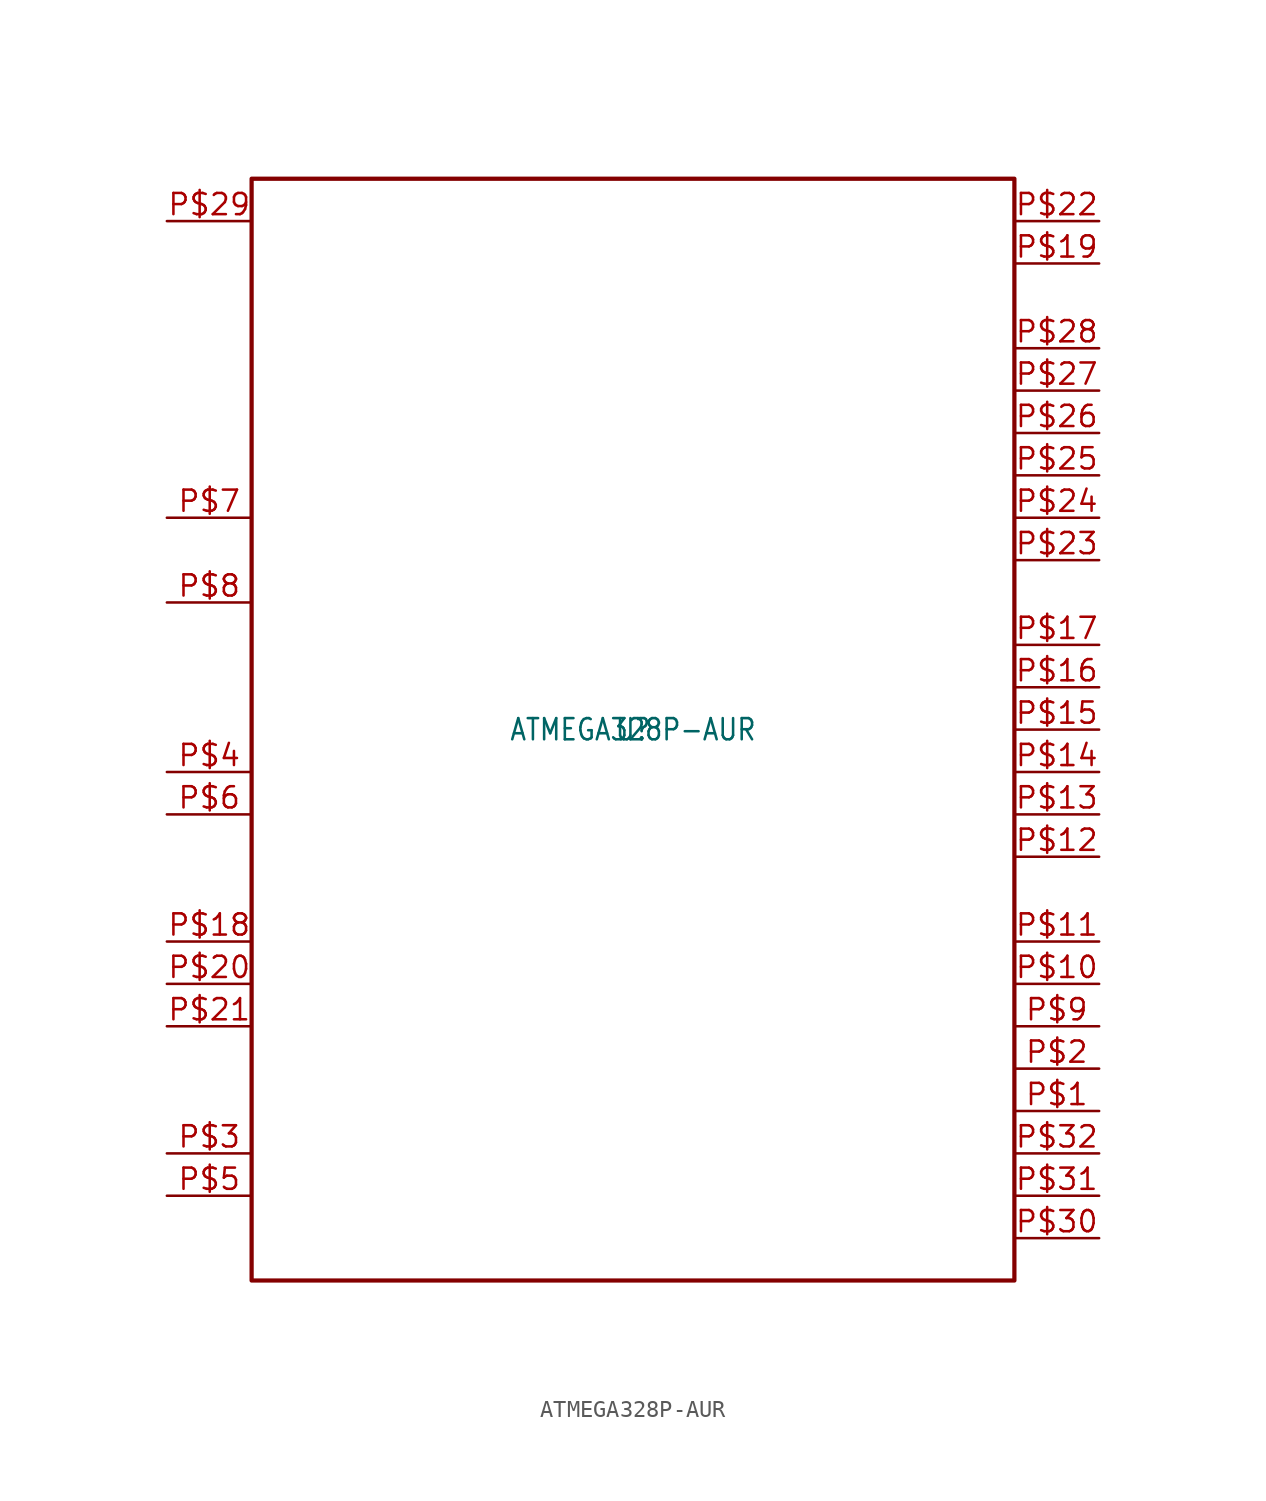
<source format=kicad_sym>
(kicad_symbol_lib
  (version 20211014)
  (generator kicad_symbol_editor)
  (symbol "ATMEGA328P-AUR"
    (pin_names
      (offset 1.016) hide)
    (property "Reference" "U"
      (at 0 0 0)
      (effects (font (size 1.27 1.086))))
    (property "Value" "ATMEGA328P-AUR"
      (at 0 0 0)
      (effects (font (size 1.27 1.086))))
    (symbol "ATMEGA328P-AUR_0_0")
    (symbol "ATMEGA328P-AUR_0_1"
      (polyline (pts (xy -22.86 33.02) (xy 22.86 33.02) (xy 22.86 -33.02) (xy -22.86 -33.02) (xy -22.86 33.02)) (stroke (width 0.254) (type default) (color 0 0 0 0))))
    (symbol "ATMEGA328P-AUR_1_1"
      (pin bidirectional line (at 27.94 5.08 180) (length 5.08) (name "(SCK)PB5" (effects (font (size 1.27 1.086)))) (number "P$17" (effects (font (size 1.27 1.086)))))
      (pin bidirectional line (at -27.94 7.62 0) (length 5.08) (name "PB7(XTAL2)" (effects (font (size 1.27 1.086)))) (number "P$8" (effects (font (size 1.27 1.086)))))
      (pin bidirectional line (at -27.94 12.7 0) (length 5.08) (name "PB6(XTAL1)" (effects (font (size 1.27 1.086)))) (number "P$7" (effects (font (size 1.27 1.086)))))
      (pin power_in line (at -27.94 -25.4 0) (length 5.08) (name "GND@P3" (effects (font (size 1.27 1.086)))) (number "P$3" (effects (font (size 1.27 1.086)))))
      (pin power_in line (at -27.94 -2.54 0) (length 5.08) (name "VCC@P4" (effects (font (size 1.27 1.086)))) (number "P$4" (effects (font (size 1.27 1.086)))))
      (pin power_in line (at -27.94 -15.24 0) (length 5.08) (name "AREF" (effects (font (size 1.27 1.086)))) (number "P$20" (effects (font (size 1.27 1.086)))))
      (pin power_in line (at -27.94 -12.7 0) (length 5.08) (name "AVCC" (effects (font (size 1.27 1.086)))) (number "P$18" (effects (font (size 1.27 1.086)))))
      (pin bidirectional line (at 27.94 2.54 180) (length 5.08) (name "(MISO)PB4" (effects (font (size 1.27 1.086)))) (number "P$16" (effects (font (size 1.27 1.086)))))
      (pin bidirectional line (at 27.94 0 180) (length 5.08) (name "(OC2A/MOSI)PB3" (effects (font (size 1.27 1.086)))) (number "P$15" (effects (font (size 1.27 1.086)))))
      (pin bidirectional line (at 27.94 -2.54 180) (length 5.08) (name "(OC1B/SS)PB2" (effects (font (size 1.27 1.086)))) (number "P$14" (effects (font (size 1.27 1.086)))))
      (pin bidirectional line (at 27.94 -5.08 180) (length 5.08) (name "(OC1A)PB1" (effects (font (size 1.27 1.086)))) (number "P$13" (effects (font (size 1.27 1.086)))))
      (pin bidirectional line (at 27.94 -7.62 180) (length 5.08) (name "(ICP1/CLKO)PB0" (effects (font (size 1.27 1.086)))) (number "P$12" (effects (font (size 1.27 1.086)))))
      (pin bidirectional line (at 27.94 -12.7 180) (length 5.08) (name "(AIN1)PD7" (effects (font (size 1.27 1.086)))) (number "P$11" (effects (font (size 1.27 1.086)))))
      (pin bidirectional line (at 27.94 -15.24 180) (length 5.08) (name "(OC0A/AIN0)PD6" (effects (font (size 1.27 1.086)))) (number "P$10" (effects (font (size 1.27 1.086)))))
      (pin bidirectional line (at 27.94 -17.78 180) (length 5.08) (name "(OC0B/T1)PD5" (effects (font (size 1.27 1.086)))) (number "P$9" (effects (font (size 1.27 1.086)))))
      (pin bidirectional line (at 27.94 -20.32 180) (length 5.08) (name "(T0)PD4" (effects (font (size 1.27 1.086)))) (number "P$2" (effects (font (size 1.27 1.086)))))
      (pin bidirectional line (at 27.94 -22.86 180) (length 5.08) (name "(OC2B/INT1)PD3" (effects (font (size 1.27 1.086)))) (number "P$1" (effects (font (size 1.27 1.086)))))
      (pin bidirectional line (at 27.94 -25.4 180) (length 5.08) (name "(INT0)PD2" (effects (font (size 1.27 1.086)))) (number "P$32" (effects (font (size 1.27 1.086)))))
      (pin bidirectional line (at 27.94 -27.94 180) (length 5.08) (name "(TXD)PD1" (effects (font (size 1.27 1.086)))) (number "P$31" (effects (font (size 1.27 1.086)))))
      (pin bidirectional line (at 27.94 -30.48 180) (length 5.08) (name "(RXD)PD0" (effects (font (size 1.27 1.086)))) (number "P$30" (effects (font (size 1.27 1.086)))))
      (pin bidirectional line (at 27.94 22.86 180) (length 5.08) (name "(SCL/ADC5)PC5" (effects (font (size 1.27 1.086)))) (number "P$28" (effects (font (size 1.27 1.086)))))
      (pin bidirectional line (at 27.94 20.32 180) (length 5.08) (name "(SDA/ADC4)PC4" (effects (font (size 1.27 1.086)))) (number "P$27" (effects (font (size 1.27 1.086)))))
      (pin bidirectional line (at 27.94 17.78 180) (length 5.08) (name "(ADC3)PC3" (effects (font (size 1.27 1.086)))) (number "P$26" (effects (font (size 1.27 1.086)))))
      (pin bidirectional line (at 27.94 15.24 180) (length 5.08) (name "(ADC2)PC2" (effects (font (size 1.27 1.086)))) (number "P$25" (effects (font (size 1.27 1.086)))))
      (pin bidirectional line (at 27.94 12.7 180) (length 5.08) (name "(ADC1)PC1" (effects (font (size 1.27 1.086)))) (number "P$24" (effects (font (size 1.27 1.086)))))
      (pin bidirectional line (at 27.94 10.16 180) (length 5.08) (name "(ADC0)PC0" (effects (font (size 1.27 1.086)))) (number "P$23" (effects (font (size 1.27 1.086)))))
      (pin input line (at -27.94 30.48 0) (length 5.08) (name "PC6(/RESET/PCI14)" (effects (font (size 1.27 1.086)))) (number "P$29" (effects (font (size 1.27 1.086)))))
      (pin power_in line (at -27.94 -27.94 0) (length 5.08) (name "GND@P5" (effects (font (size 1.27 1.086)))) (number "P$5" (effects (font (size 1.27 1.086)))))
      (pin power_in line (at -27.94 -5.08 0) (length 5.08) (name "VCC@P6" (effects (font (size 1.27 1.086)))) (number "P$6" (effects (font (size 1.27 1.086)))))
      (pin input line (at 27.94 27.94 180) (length 5.08) (name "ADC6" (effects (font (size 1.27 1.086)))) (number "P$19" (effects (font (size 1.27 1.086)))))
      (pin input line (at 27.94 30.48 180) (length 5.08) (name "ADC7" (effects (font (size 1.27 1.086)))) (number "P$22" (effects (font (size 1.27 1.086)))))
      (pin power_in line (at -27.94 -17.78 0) (length 5.08) (name "GND@P21" (effects (font (size 1.27 1.086)))) (number "P$21" (effects (font (size 1.27 1.086))))))))
</source>
